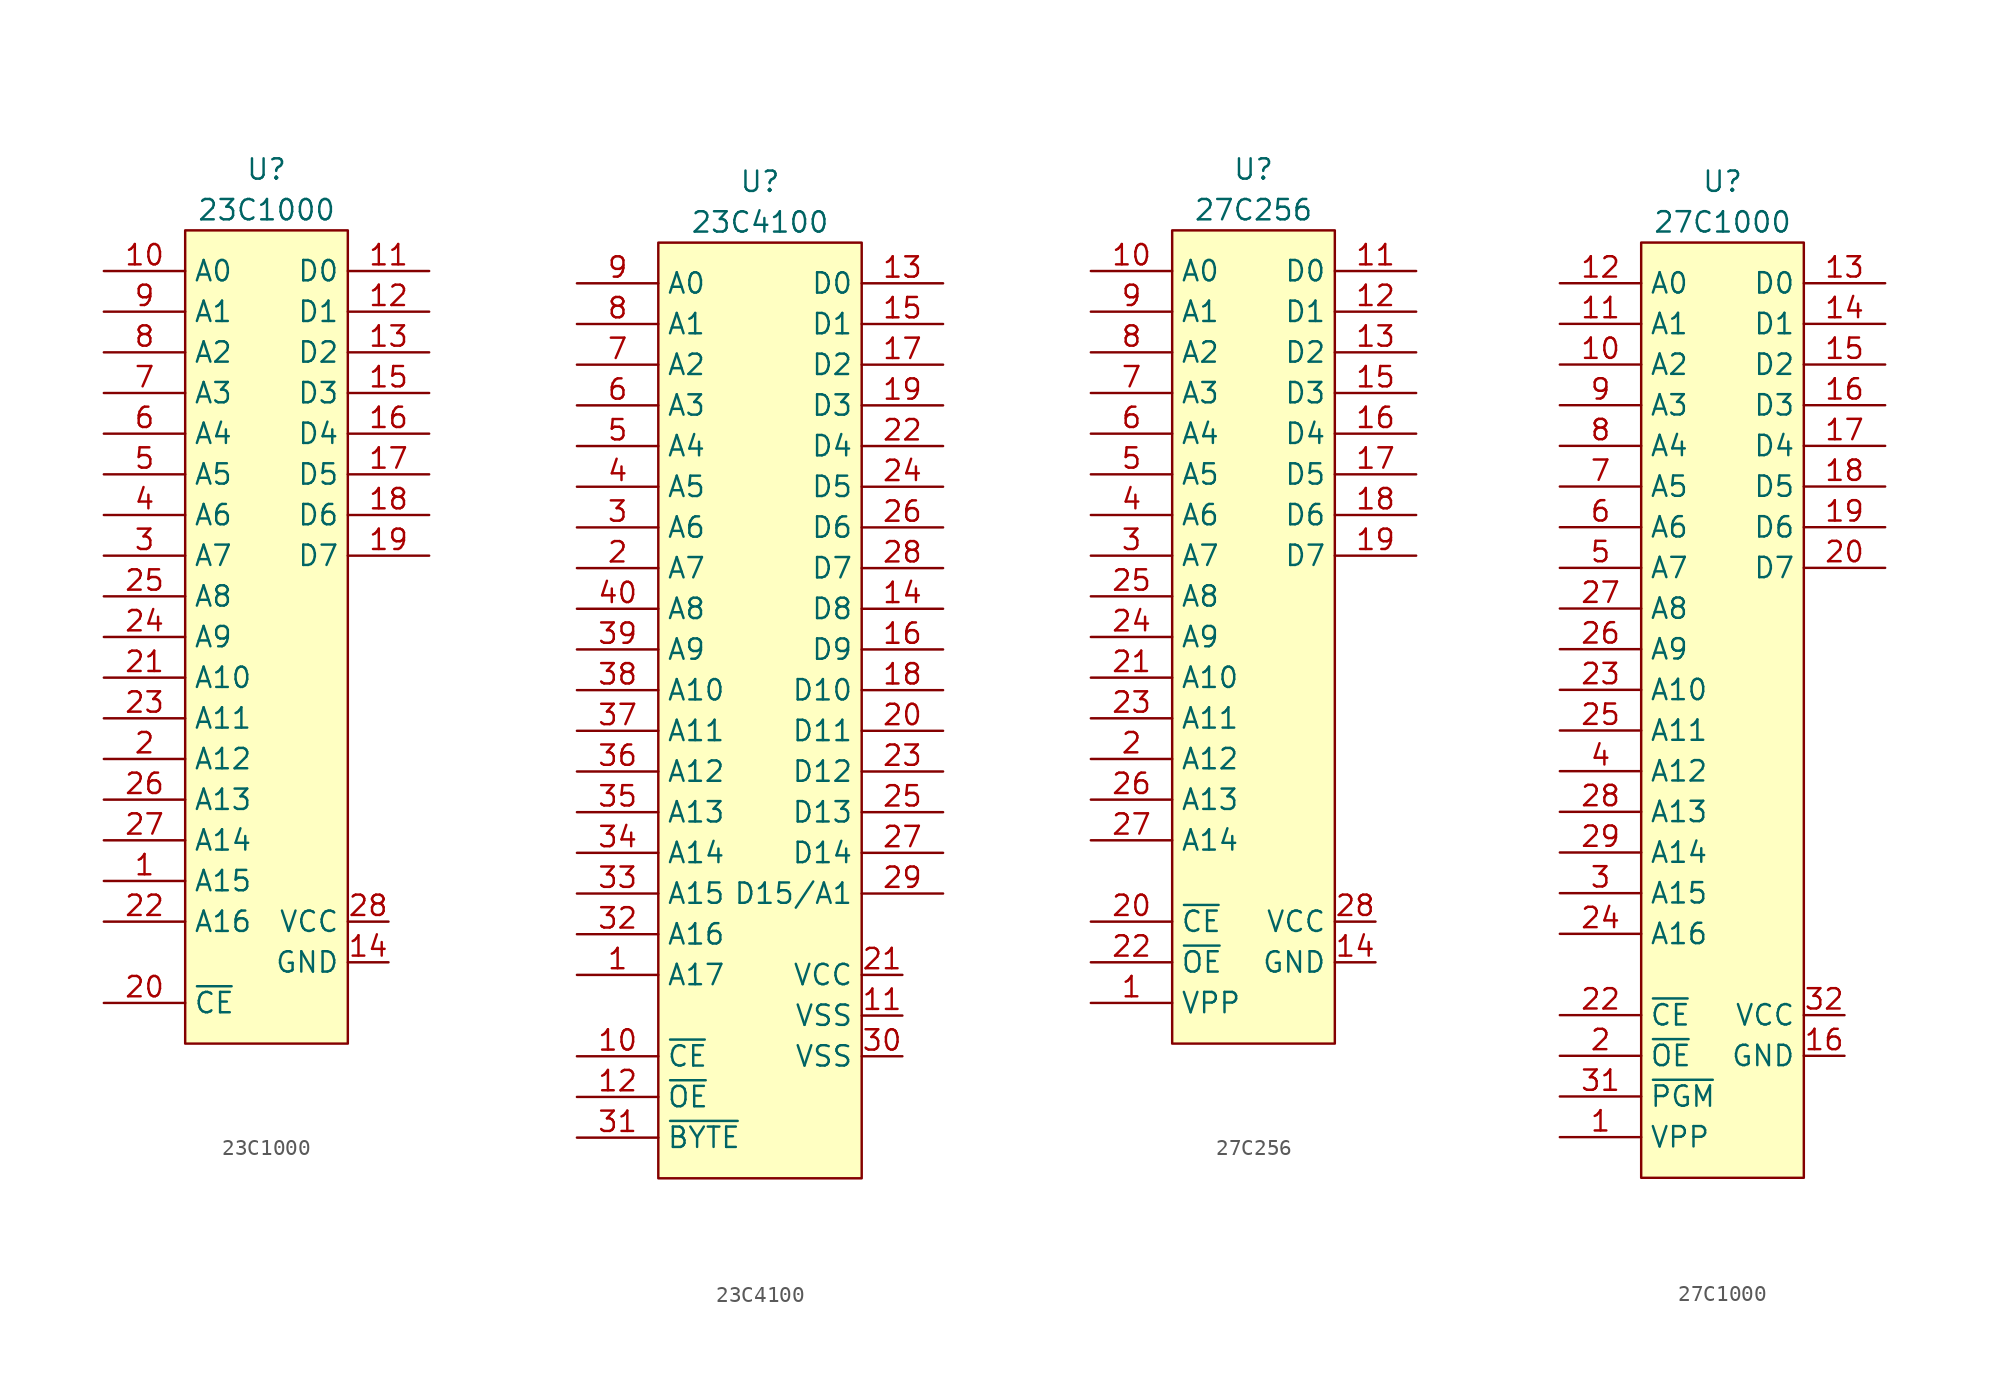
<source format=kicad_sym>
(kicad_symbol_lib
  (version 20220914)
  (generator kicad_symbol_editor)
  (symbol "23C1000"
    (property "Reference" "U"
      (at 0 29.21 0)
      (effects (font (size 1.27 1.27))))
    (property "Value" "23C1000"
      (at 0 26.67 0)
      (effects (font (size 1.27 1.27))))
    (symbol "23C1000_0_1"
      (rectangle (start -5.08 25.4) (end 5.08 -25.4) (stroke (width 0) (type default)) (fill (type background))))
    (symbol "23C1000_1_1"
      (pin input line (at -10.16 -15.24 0) (length 5.08) (name "A15" (effects (font (size 1.27 1.27)))) (number "1" (effects (font (size 1.27 1.27)))))
      (pin input line (at -10.16 22.86 0) (length 5.08) (name "A0" (effects (font (size 1.27 1.27)))) (number "10" (effects (font (size 1.27 1.27)))))
      (pin tri_state line (at 10.16 22.86 180) (length 5.08) (name "D0" (effects (font (size 1.27 1.27)))) (number "11" (effects (font (size 1.27 1.27)))))
      (pin tri_state line (at 10.16 20.32 180) (length 5.08) (name "D1" (effects (font (size 1.27 1.27)))) (number "12" (effects (font (size 1.27 1.27)))))
      (pin tri_state line (at 10.16 17.78 180) (length 5.08) (name "D2" (effects (font (size 1.27 1.27)))) (number "13" (effects (font (size 1.27 1.27)))))
      (pin power_in line (at 7.62 -20.32 180) (length 2.54) (name "GND" (effects (font (size 1.27 1.27)))) (number "14" (effects (font (size 1.27 1.27)))))
      (pin tri_state line (at 10.16 15.24 180) (length 5.08) (name "D3" (effects (font (size 1.27 1.27)))) (number "15" (effects (font (size 1.27 1.27)))))
      (pin tri_state line (at 10.16 12.7 180) (length 5.08) (name "D4" (effects (font (size 1.27 1.27)))) (number "16" (effects (font (size 1.27 1.27)))))
      (pin tri_state line (at 10.16 10.16 180) (length 5.08) (name "D5" (effects (font (size 1.27 1.27)))) (number "17" (effects (font (size 1.27 1.27)))))
      (pin tri_state line (at 10.16 7.62 180) (length 5.08) (name "D6" (effects (font (size 1.27 1.27)))) (number "18" (effects (font (size 1.27 1.27)))))
      (pin tri_state line (at 10.16 5.08 180) (length 5.08) (name "D7" (effects (font (size 1.27 1.27)))) (number "19" (effects (font (size 1.27 1.27)))))
      (pin input line (at -10.16 -7.62 0) (length 5.08) (name "A12" (effects (font (size 1.27 1.27)))) (number "2" (effects (font (size 1.27 1.27)))))
      (pin input line (at -10.16 -22.86 0) (length 5.08) (name "~{CE}" (effects (font (size 1.27 1.27)))) (number "20" (effects (font (size 1.27 1.27)))))
      (pin input line (at -10.16 -2.54 0) (length 5.08) (name "A10" (effects (font (size 1.27 1.27)))) (number "21" (effects (font (size 1.27 1.27)))))
      (pin input line (at -10.16 -17.78 0) (length 5.08) (name "A16" (effects (font (size 1.27 1.27)))) (number "22" (effects (font (size 1.27 1.27)))))
      (pin input line (at -10.16 -5.08 0) (length 5.08) (name "A11" (effects (font (size 1.27 1.27)))) (number "23" (effects (font (size 1.27 1.27)))))
      (pin input line (at -10.16 0 0) (length 5.08) (name "A9" (effects (font (size 1.27 1.27)))) (number "24" (effects (font (size 1.27 1.27)))))
      (pin input line (at -10.16 2.54 0) (length 5.08) (name "A8" (effects (font (size 1.27 1.27)))) (number "25" (effects (font (size 1.27 1.27)))))
      (pin input line (at -10.16 -10.16 0) (length 5.08) (name "A13" (effects (font (size 1.27 1.27)))) (number "26" (effects (font (size 1.27 1.27)))))
      (pin input line (at -10.16 -12.7 0) (length 5.08) (name "A14" (effects (font (size 1.27 1.27)))) (number "27" (effects (font (size 1.27 1.27)))))
      (pin power_in line (at 7.62 -17.78 180) (length 2.54) (name "VCC" (effects (font (size 1.27 1.27)))) (number "28" (effects (font (size 1.27 1.27)))))
      (pin input line (at -10.16 5.08 0) (length 5.08) (name "A7" (effects (font (size 1.27 1.27)))) (number "3" (effects (font (size 1.27 1.27)))))
      (pin input line (at -10.16 7.62 0) (length 5.08) (name "A6" (effects (font (size 1.27 1.27)))) (number "4" (effects (font (size 1.27 1.27)))))
      (pin input line (at -10.16 10.16 0) (length 5.08) (name "A5" (effects (font (size 1.27 1.27)))) (number "5" (effects (font (size 1.27 1.27)))))
      (pin input line (at -10.16 12.7 0) (length 5.08) (name "A4" (effects (font (size 1.27 1.27)))) (number "6" (effects (font (size 1.27 1.27)))))
      (pin input line (at -10.16 15.24 0) (length 5.08) (name "A3" (effects (font (size 1.27 1.27)))) (number "7" (effects (font (size 1.27 1.27)))))
      (pin input line (at -10.16 17.78 0) (length 5.08) (name "A2" (effects (font (size 1.27 1.27)))) (number "8" (effects (font (size 1.27 1.27)))))
      (pin input line (at -10.16 20.32 0) (length 5.08) (name "A1" (effects (font (size 1.27 1.27)))) (number "9" (effects (font (size 1.27 1.27)))))))
  (symbol "23C4100"
    (property "Reference" "U"
      (at 0 33.02 0)
      (effects (font (size 1.27 1.27))))
    (property "Value" "23C4100"
      (at 0 30.48 0)
      (effects (font (size 1.27 1.27))))
    (symbol "23C4100_0_1"
      (rectangle (start -6.35 29.21) (end 6.35 -29.21) (stroke (width 0) (type default)) (fill (type background))))
    (symbol "23C4100_1_1"
      (pin input line (at -11.43 -16.51 0) (length 5.08) (name "A17" (effects (font (size 1.27 1.27)))) (number "1" (effects (font (size 1.27 1.27)))))
      (pin input line (at -11.43 -21.59 0) (length 5.08) (name "~{CE}" (effects (font (size 1.27 1.27)))) (number "10" (effects (font (size 1.27 1.27)))))
      (pin power_in line (at 8.89 -19.05 180) (length 2.54) (name "VSS" (effects (font (size 1.27 1.27)))) (number "11" (effects (font (size 1.27 1.27)))))
      (pin input line (at -11.43 -24.13 0) (length 5.08) (name "~{OE}" (effects (font (size 1.27 1.27)))) (number "12" (effects (font (size 1.27 1.27)))))
      (pin tri_state line (at 11.43 26.67 180) (length 5.08) (name "D0" (effects (font (size 1.27 1.27)))) (number "13" (effects (font (size 1.27 1.27)))))
      (pin tri_state line (at 11.43 6.35 180) (length 5.08) (name "D8" (effects (font (size 1.27 1.27)))) (number "14" (effects (font (size 1.27 1.27)))))
      (pin tri_state line (at 11.43 24.13 180) (length 5.08) (name "D1" (effects (font (size 1.27 1.27)))) (number "15" (effects (font (size 1.27 1.27)))))
      (pin tri_state line (at 11.43 3.81 180) (length 5.08) (name "D9" (effects (font (size 1.27 1.27)))) (number "16" (effects (font (size 1.27 1.27)))))
      (pin tri_state line (at 11.43 21.59 180) (length 5.08) (name "D2" (effects (font (size 1.27 1.27)))) (number "17" (effects (font (size 1.27 1.27)))))
      (pin tri_state line (at 11.43 1.27 180) (length 5.08) (name "D10" (effects (font (size 1.27 1.27)))) (number "18" (effects (font (size 1.27 1.27)))))
      (pin tri_state line (at 11.43 19.05 180) (length 5.08) (name "D3" (effects (font (size 1.27 1.27)))) (number "19" (effects (font (size 1.27 1.27)))))
      (pin input line (at -11.43 8.89 0) (length 5.08) (name "A7" (effects (font (size 1.27 1.27)))) (number "2" (effects (font (size 1.27 1.27)))))
      (pin tri_state line (at 11.43 -1.27 180) (length 5.08) (name "D11" (effects (font (size 1.27 1.27)))) (number "20" (effects (font (size 1.27 1.27)))))
      (pin power_in line (at 8.89 -16.51 180) (length 2.54) (name "VCC" (effects (font (size 1.27 1.27)))) (number "21" (effects (font (size 1.27 1.27)))))
      (pin tri_state line (at 11.43 16.51 180) (length 5.08) (name "D4" (effects (font (size 1.27 1.27)))) (number "22" (effects (font (size 1.27 1.27)))))
      (pin tri_state line (at 11.43 -3.81 180) (length 5.08) (name "D12" (effects (font (size 1.27 1.27)))) (number "23" (effects (font (size 1.27 1.27)))))
      (pin tri_state line (at 11.43 13.97 180) (length 5.08) (name "D5" (effects (font (size 1.27 1.27)))) (number "24" (effects (font (size 1.27 1.27)))))
      (pin tri_state line (at 11.43 -6.35 180) (length 5.08) (name "D13" (effects (font (size 1.27 1.27)))) (number "25" (effects (font (size 1.27 1.27)))))
      (pin tri_state line (at 11.43 11.43 180) (length 5.08) (name "D6" (effects (font (size 1.27 1.27)))) (number "26" (effects (font (size 1.27 1.27)))))
      (pin tri_state line (at 11.43 -8.89 180) (length 5.08) (name "D14" (effects (font (size 1.27 1.27)))) (number "27" (effects (font (size 1.27 1.27)))))
      (pin tri_state line (at 11.43 8.89 180) (length 5.08) (name "D7" (effects (font (size 1.27 1.27)))) (number "28" (effects (font (size 1.27 1.27)))))
      (pin tri_state line (at 11.43 -11.43 180) (length 5.08) (name "D15/A1" (effects (font (size 1.27 1.27)))) (number "29" (effects (font (size 1.27 1.27)))))
      (pin input line (at -11.43 11.43 0) (length 5.08) (name "A6" (effects (font (size 1.27 1.27)))) (number "3" (effects (font (size 1.27 1.27)))))
      (pin power_in line (at 8.89 -21.59 180) (length 2.54) (name "VSS" (effects (font (size 1.27 1.27)))) (number "30" (effects (font (size 1.27 1.27)))))
      (pin input line (at -11.43 -26.67 0) (length 5.08) (name "~{BYTE}" (effects (font (size 1.27 1.27)))) (number "31" (effects (font (size 1.27 1.27)))))
      (pin input line (at -11.43 -13.97 0) (length 5.08) (name "A16" (effects (font (size 1.27 1.27)))) (number "32" (effects (font (size 1.27 1.27)))))
      (pin input line (at -11.43 -11.43 0) (length 5.08) (name "A15" (effects (font (size 1.27 1.27)))) (number "33" (effects (font (size 1.27 1.27)))))
      (pin input line (at -11.43 -8.89 0) (length 5.08) (name "A14" (effects (font (size 1.27 1.27)))) (number "34" (effects (font (size 1.27 1.27)))))
      (pin input line (at -11.43 -6.35 0) (length 5.08) (name "A13" (effects (font (size 1.27 1.27)))) (number "35" (effects (font (size 1.27 1.27)))))
      (pin input line (at -11.43 -3.81 0) (length 5.08) (name "A12" (effects (font (size 1.27 1.27)))) (number "36" (effects (font (size 1.27 1.27)))))
      (pin input line (at -11.43 -1.27 0) (length 5.08) (name "A11" (effects (font (size 1.27 1.27)))) (number "37" (effects (font (size 1.27 1.27)))))
      (pin input line (at -11.43 1.27 0) (length 5.08) (name "A10" (effects (font (size 1.27 1.27)))) (number "38" (effects (font (size 1.27 1.27)))))
      (pin input line (at -11.43 3.81 0) (length 5.08) (name "A9" (effects (font (size 1.27 1.27)))) (number "39" (effects (font (size 1.27 1.27)))))
      (pin input line (at -11.43 13.97 0) (length 5.08) (name "A5" (effects (font (size 1.27 1.27)))) (number "4" (effects (font (size 1.27 1.27)))))
      (pin input line (at -11.43 6.35 0) (length 5.08) (name "A8" (effects (font (size 1.27 1.27)))) (number "40" (effects (font (size 1.27 1.27)))))
      (pin input line (at -11.43 16.51 0) (length 5.08) (name "A4" (effects (font (size 1.27 1.27)))) (number "5" (effects (font (size 1.27 1.27)))))
      (pin input line (at -11.43 19.05 0) (length 5.08) (name "A3" (effects (font (size 1.27 1.27)))) (number "6" (effects (font (size 1.27 1.27)))))
      (pin input line (at -11.43 21.59 0) (length 5.08) (name "A2" (effects (font (size 1.27 1.27)))) (number "7" (effects (font (size 1.27 1.27)))))
      (pin input line (at -11.43 24.13 0) (length 5.08) (name "A1" (effects (font (size 1.27 1.27)))) (number "8" (effects (font (size 1.27 1.27)))))
      (pin input line (at -11.43 26.67 0) (length 5.08) (name "A0" (effects (font (size 1.27 1.27)))) (number "9" (effects (font (size 1.27 1.27)))))))
  (symbol "27C256"
    (property "Reference" "U"
      (at 0 29.21 0)
      (effects (font (size 1.27 1.27))))
    (property "Value" "27C256"
      (at 0 26.67 0)
      (effects (font (size 1.27 1.27))))
    (symbol "27C256_1_1"
      (rectangle (start -5.08 25.4) (end 5.08 -25.4) (stroke (width 0) (type default)) (fill (type background)))
      (pin input line (at -10.16 -22.86 0) (length 5.08) (name "VPP" (effects (font (size 1.27 1.27)))) (number "1" (effects (font (size 1.27 1.27)))))
      (pin input line (at -10.16 22.86 0) (length 5.08) (name "A0" (effects (font (size 1.27 1.27)))) (number "10" (effects (font (size 1.27 1.27)))))
      (pin tri_state line (at 10.16 22.86 180) (length 5.08) (name "D0" (effects (font (size 1.27 1.27)))) (number "11" (effects (font (size 1.27 1.27)))))
      (pin tri_state line (at 10.16 20.32 180) (length 5.08) (name "D1" (effects (font (size 1.27 1.27)))) (number "12" (effects (font (size 1.27 1.27)))))
      (pin tri_state line (at 10.16 17.78 180) (length 5.08) (name "D2" (effects (font (size 1.27 1.27)))) (number "13" (effects (font (size 1.27 1.27)))))
      (pin power_in line (at 7.62 -20.32 180) (length 2.54) (name "GND" (effects (font (size 1.27 1.27)))) (number "14" (effects (font (size 1.27 1.27)))))
      (pin tri_state line (at 10.16 15.24 180) (length 5.08) (name "D3" (effects (font (size 1.27 1.27)))) (number "15" (effects (font (size 1.27 1.27)))))
      (pin tri_state line (at 10.16 12.7 180) (length 5.08) (name "D4" (effects (font (size 1.27 1.27)))) (number "16" (effects (font (size 1.27 1.27)))))
      (pin tri_state line (at 10.16 10.16 180) (length 5.08) (name "D5" (effects (font (size 1.27 1.27)))) (number "17" (effects (font (size 1.27 1.27)))))
      (pin tri_state line (at 10.16 7.62 180) (length 5.08) (name "D6" (effects (font (size 1.27 1.27)))) (number "18" (effects (font (size 1.27 1.27)))))
      (pin tri_state line (at 10.16 5.08 180) (length 5.08) (name "D7" (effects (font (size 1.27 1.27)))) (number "19" (effects (font (size 1.27 1.27)))))
      (pin input line (at -10.16 -7.62 0) (length 5.08) (name "A12" (effects (font (size 1.27 1.27)))) (number "2" (effects (font (size 1.27 1.27)))))
      (pin input line (at -10.16 -17.78 0) (length 5.08) (name "~{CE}" (effects (font (size 1.27 1.27)))) (number "20" (effects (font (size 1.27 1.27)))))
      (pin input line (at -10.16 -2.54 0) (length 5.08) (name "A10" (effects (font (size 1.27 1.27)))) (number "21" (effects (font (size 1.27 1.27)))))
      (pin input line (at -10.16 -20.32 0) (length 5.08) (name "~{OE}" (effects (font (size 1.27 1.27)))) (number "22" (effects (font (size 1.27 1.27)))))
      (pin input line (at -10.16 -5.08 0) (length 5.08) (name "A11" (effects (font (size 1.27 1.27)))) (number "23" (effects (font (size 1.27 1.27)))))
      (pin input line (at -10.16 0 0) (length 5.08) (name "A9" (effects (font (size 1.27 1.27)))) (number "24" (effects (font (size 1.27 1.27)))))
      (pin input line (at -10.16 2.54 0) (length 5.08) (name "A8" (effects (font (size 1.27 1.27)))) (number "25" (effects (font (size 1.27 1.27)))))
      (pin input line (at -10.16 -10.16 0) (length 5.08) (name "A13" (effects (font (size 1.27 1.27)))) (number "26" (effects (font (size 1.27 1.27)))))
      (pin input line (at -10.16 -12.7 0) (length 5.08) (name "A14" (effects (font (size 1.27 1.27)))) (number "27" (effects (font (size 1.27 1.27)))))
      (pin power_in line (at 7.62 -17.78 180) (length 2.54) (name "VCC" (effects (font (size 1.27 1.27)))) (number "28" (effects (font (size 1.27 1.27)))))
      (pin input line (at -10.16 5.08 0) (length 5.08) (name "A7" (effects (font (size 1.27 1.27)))) (number "3" (effects (font (size 1.27 1.27)))))
      (pin input line (at -10.16 7.62 0) (length 5.08) (name "A6" (effects (font (size 1.27 1.27)))) (number "4" (effects (font (size 1.27 1.27)))))
      (pin input line (at -10.16 10.16 0) (length 5.08) (name "A5" (effects (font (size 1.27 1.27)))) (number "5" (effects (font (size 1.27 1.27)))))
      (pin input line (at -10.16 12.7 0) (length 5.08) (name "A4" (effects (font (size 1.27 1.27)))) (number "6" (effects (font (size 1.27 1.27)))))
      (pin input line (at -10.16 15.24 0) (length 5.08) (name "A3" (effects (font (size 1.27 1.27)))) (number "7" (effects (font (size 1.27 1.27)))))
      (pin input line (at -10.16 17.78 0) (length 5.08) (name "A2" (effects (font (size 1.27 1.27)))) (number "8" (effects (font (size 1.27 1.27)))))
      (pin input line (at -10.16 20.32 0) (length 5.08) (name "A1" (effects (font (size 1.27 1.27)))) (number "9" (effects (font (size 1.27 1.27)))))))
  (symbol "27C1000"
    (property "Reference" "U"
      (at 0 33.02 0)
      (effects (font (size 1.27 1.27))))
    (property "Value" "27C1000"
      (at 0 30.48 0)
      (effects (font (size 1.27 1.27))))
    (symbol "27C1000_1_1"
      (rectangle (start -5.08 29.21) (end 5.08 -29.21) (stroke (width 0) (type default)) (fill (type background)))
      (pin input line (at -10.16 -26.67 0) (length 5.08) (name "VPP" (effects (font (size 1.27 1.27)))) (number "1" (effects (font (size 1.27 1.27)))))
      (pin input line (at -10.16 21.59 0) (length 5.08) (name "A2" (effects (font (size 1.27 1.27)))) (number "10" (effects (font (size 1.27 1.27)))))
      (pin input line (at -10.16 24.13 0) (length 5.08) (name "A1" (effects (font (size 1.27 1.27)))) (number "11" (effects (font (size 1.27 1.27)))))
      (pin input line (at -10.16 26.67 0) (length 5.08) (name "A0" (effects (font (size 1.27 1.27)))) (number "12" (effects (font (size 1.27 1.27)))))
      (pin tri_state line (at 10.16 26.67 180) (length 5.08) (name "D0" (effects (font (size 1.27 1.27)))) (number "13" (effects (font (size 1.27 1.27)))))
      (pin tri_state line (at 10.16 24.13 180) (length 5.08) (name "D1" (effects (font (size 1.27 1.27)))) (number "14" (effects (font (size 1.27 1.27)))))
      (pin tri_state line (at 10.16 21.59 180) (length 5.08) (name "D2" (effects (font (size 1.27 1.27)))) (number "15" (effects (font (size 1.27 1.27)))))
      (pin tri_state line (at 10.16 19.05 180) (length 5.08) (name "D3" (effects (font (size 1.27 1.27)))) (number "16" (effects (font (size 1.27 1.27)))))
      (pin power_in line (at 7.62 -21.59 180) (length 2.54) (name "GND" (effects (font (size 1.27 1.27)))) (number "16" (effects (font (size 1.27 1.27)))))
      (pin tri_state line (at 10.16 16.51 180) (length 5.08) (name "D4" (effects (font (size 1.27 1.27)))) (number "17" (effects (font (size 1.27 1.27)))))
      (pin tri_state line (at 10.16 13.97 180) (length 5.08) (name "D5" (effects (font (size 1.27 1.27)))) (number "18" (effects (font (size 1.27 1.27)))))
      (pin tri_state line (at 10.16 11.43 180) (length 5.08) (name "D6" (effects (font (size 1.27 1.27)))) (number "19" (effects (font (size 1.27 1.27)))))
      (pin input line (at -10.16 -21.59 0) (length 5.08) (name "~{OE}" (effects (font (size 1.27 1.27)))) (number "2" (effects (font (size 1.27 1.27)))))
      (pin tri_state line (at 10.16 8.89 180) (length 5.08) (name "D7" (effects (font (size 1.27 1.27)))) (number "20" (effects (font (size 1.27 1.27)))))
      (pin input line (at -10.16 -19.05 0) (length 5.08) (name "~{CE}" (effects (font (size 1.27 1.27)))) (number "22" (effects (font (size 1.27 1.27)))))
      (pin input line (at -10.16 1.27 0) (length 5.08) (name "A10" (effects (font (size 1.27 1.27)))) (number "23" (effects (font (size 1.27 1.27)))))
      (pin input line (at -10.16 -13.97 0) (length 5.08) (name "A16" (effects (font (size 1.27 1.27)))) (number "24" (effects (font (size 1.27 1.27)))))
      (pin input line (at -10.16 -1.27 0) (length 5.08) (name "A11" (effects (font (size 1.27 1.27)))) (number "25" (effects (font (size 1.27 1.27)))))
      (pin input line (at -10.16 3.81 0) (length 5.08) (name "A9" (effects (font (size 1.27 1.27)))) (number "26" (effects (font (size 1.27 1.27)))))
      (pin input line (at -10.16 6.35 0) (length 5.08) (name "A8" (effects (font (size 1.27 1.27)))) (number "27" (effects (font (size 1.27 1.27)))))
      (pin input line (at -10.16 -6.35 0) (length 5.08) (name "A13" (effects (font (size 1.27 1.27)))) (number "28" (effects (font (size 1.27 1.27)))))
      (pin input line (at -10.16 -8.89 0) (length 5.08) (name "A14" (effects (font (size 1.27 1.27)))) (number "29" (effects (font (size 1.27 1.27)))))
      (pin input line (at -10.16 -11.43 0) (length 5.08) (name "A15" (effects (font (size 1.27 1.27)))) (number "3" (effects (font (size 1.27 1.27)))))
      (pin input line (at -10.16 -24.13 0) (length 5.08) (name "~{PGM}" (effects (font (size 1.27 1.27)))) (number "31" (effects (font (size 1.27 1.27)))))
      (pin power_in line (at 7.62 -19.05 180) (length 2.54) (name "VCC" (effects (font (size 1.27 1.27)))) (number "32" (effects (font (size 1.27 1.27)))))
      (pin input line (at -10.16 -3.81 0) (length 5.08) (name "A12" (effects (font (size 1.27 1.27)))) (number "4" (effects (font (size 1.27 1.27)))))
      (pin input line (at -10.16 8.89 0) (length 5.08) (name "A7" (effects (font (size 1.27 1.27)))) (number "5" (effects (font (size 1.27 1.27)))))
      (pin input line (at -10.16 11.43 0) (length 5.08) (name "A6" (effects (font (size 1.27 1.27)))) (number "6" (effects (font (size 1.27 1.27)))))
      (pin input line (at -10.16 13.97 0) (length 5.08) (name "A5" (effects (font (size 1.27 1.27)))) (number "7" (effects (font (size 1.27 1.27)))))
      (pin input line (at -10.16 16.51 0) (length 5.08) (name "A4" (effects (font (size 1.27 1.27)))) (number "8" (effects (font (size 1.27 1.27)))))
      (pin input line (at -10.16 19.05 0) (length 5.08) (name "A3" (effects (font (size 1.27 1.27)))) (number "9" (effects (font (size 1.27 1.27))))))))
</source>
